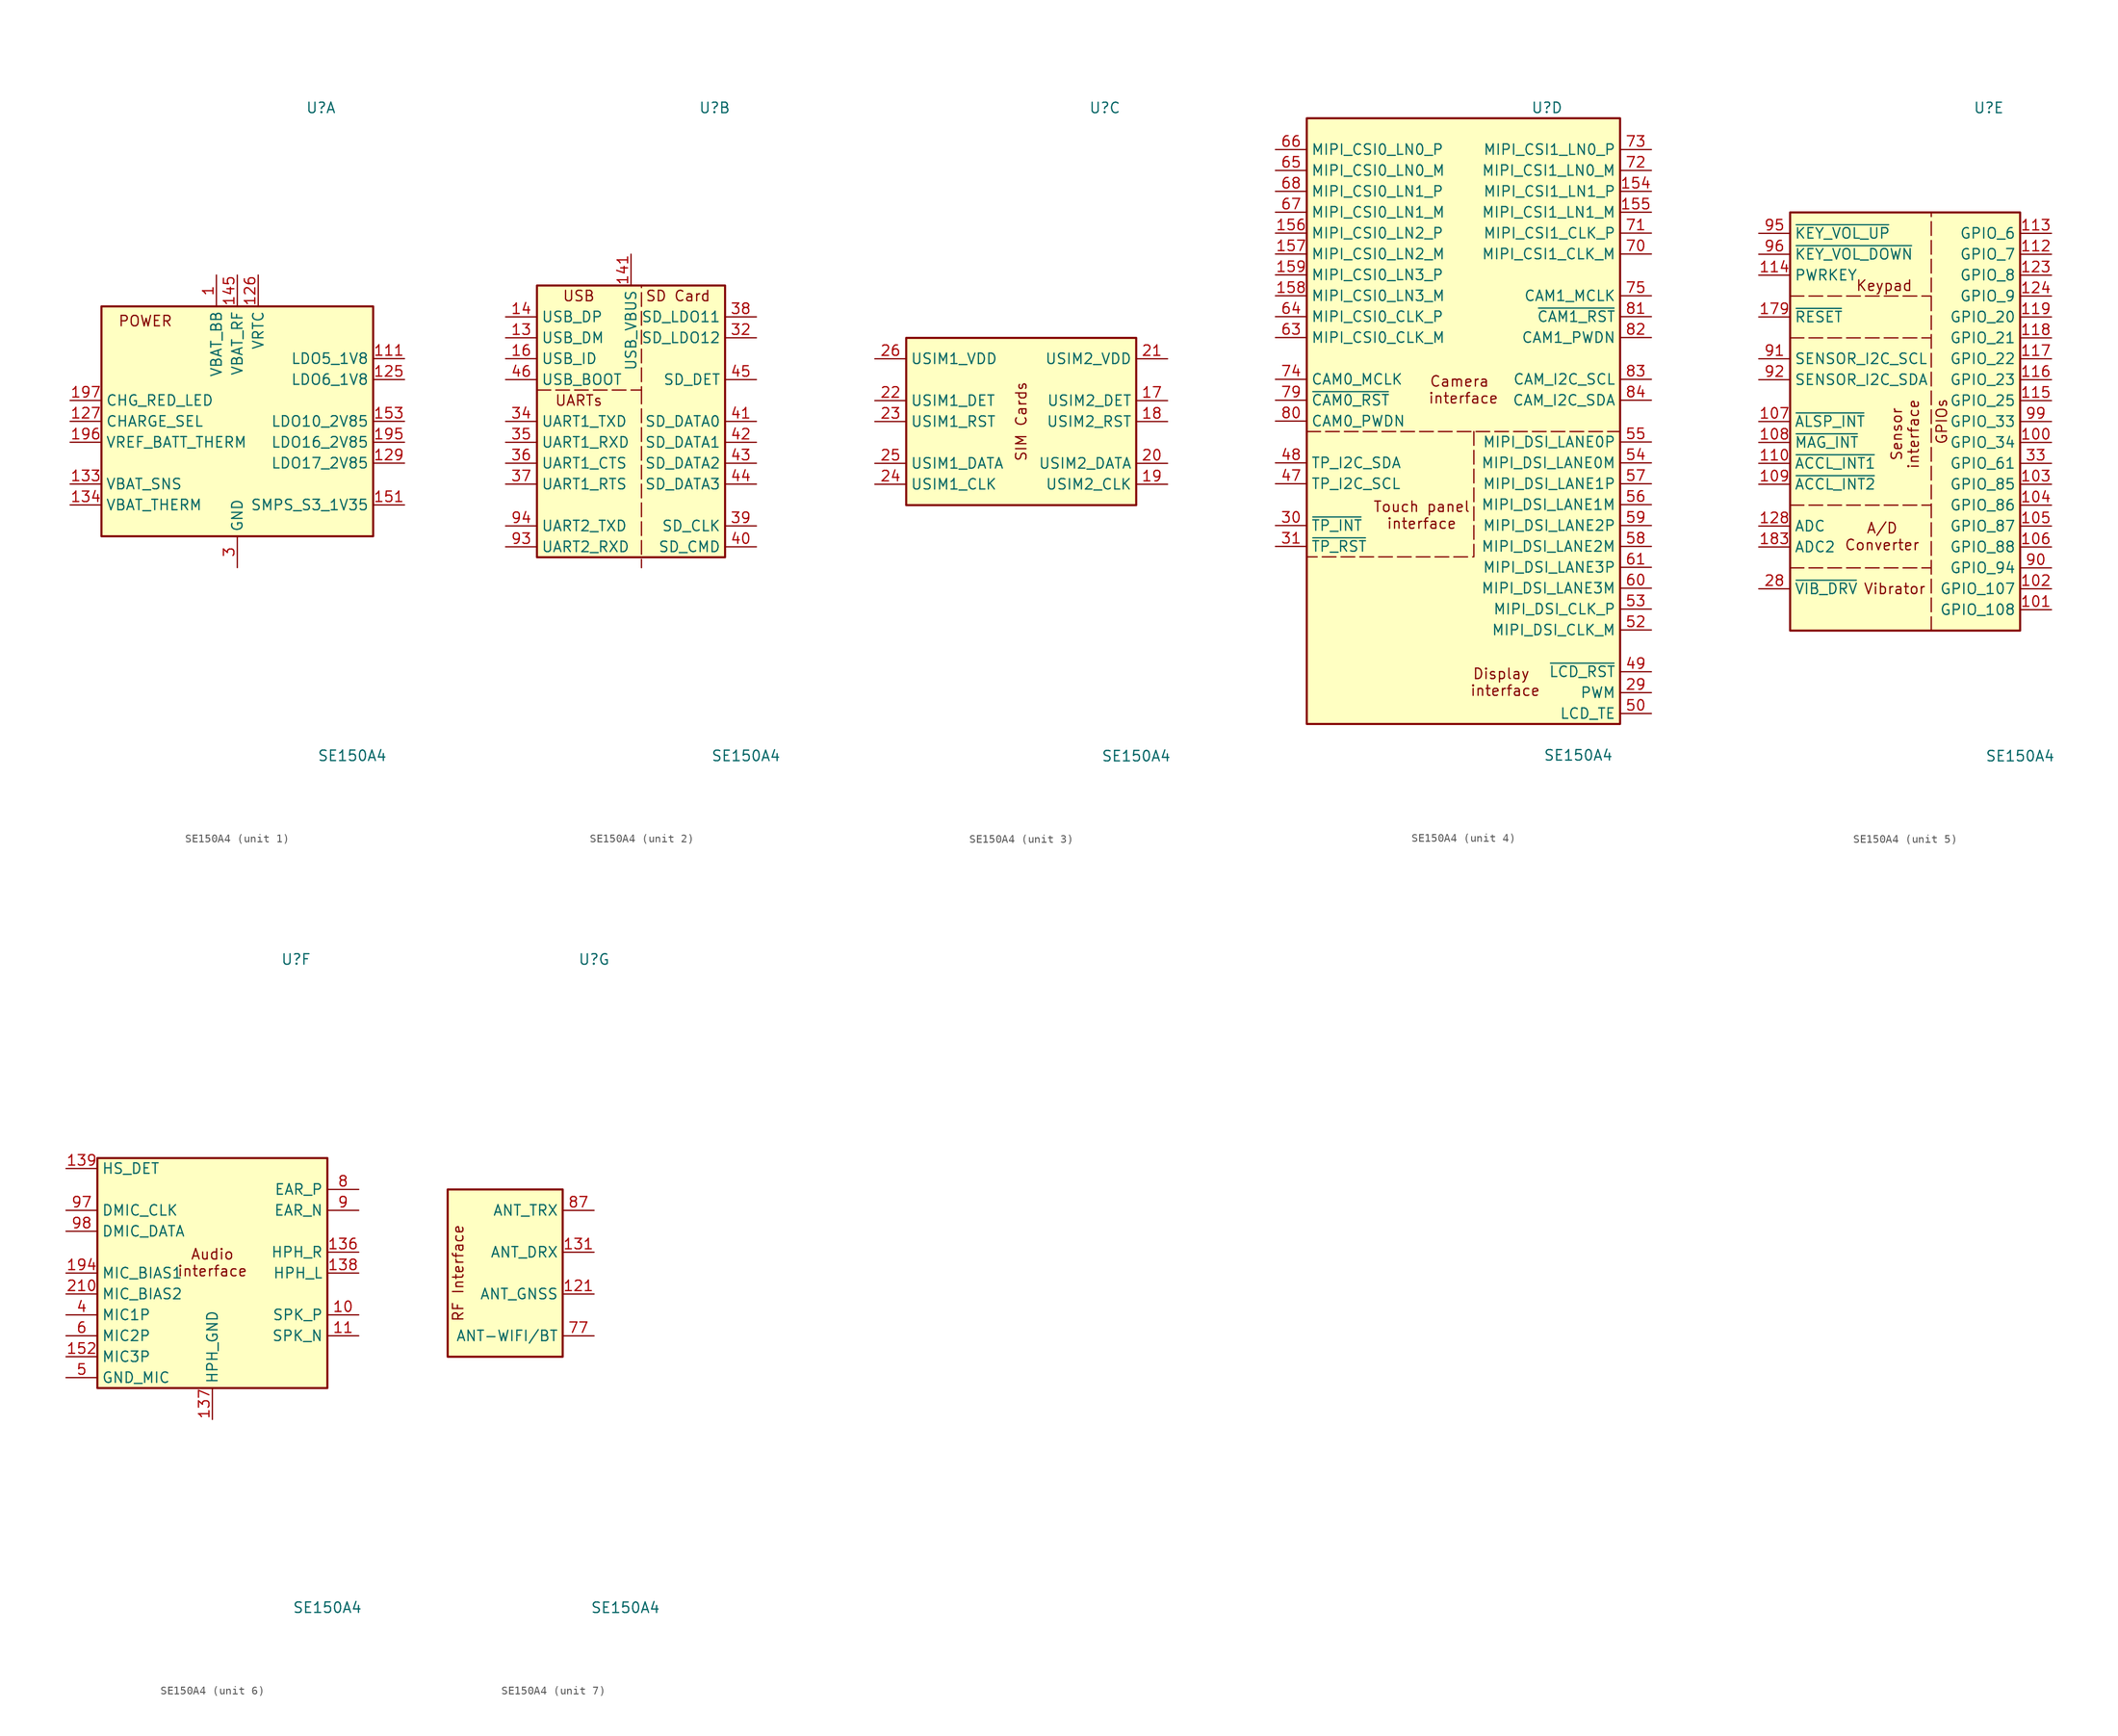
<source format=kicad_sym>
(kicad_symbol_lib
  (version 20241209)
  (generator "kicad_symbol_editor")
  (generator_version "9.0")
  (symbol "SE150A4"
    (property "Reference" "U"
      (at 10.16 38.1 0)
      (effects (font (size 1.27 1.27))))
    (property "Value" "SE150A4"
      (at 13.97 -40.64 0)
      (effects (font (size 1.27 1.27))))
    (property "ki_locked" ""
      (at 0 0 0)
      (effects (font (size 1.27 1.27))))
    (symbol "SE150A4_1_1"
      (rectangle (start -16.51 13.97) (end 16.51 -13.97) (stroke (width 0.254) (type default)) (fill (type background)))
      (text "POWER" (at -11.176 12.192 0) (effects (font (size 1.27 1.27))))
      (pin input line (at -20.32 2.54 0) (length 3.81) (name "CHG_RED_LED" (effects (font (size 1.27 1.27)))) (number "197" (effects (font (size 1.27 1.27)))))
      (pin output line (at -20.32 0 0) (length 3.81) (name "CHARGE_SEL" (effects (font (size 1.27 1.27)))) (number "127" (effects (font (size 1.27 1.27)))))
      (pin bidirectional line (at -20.32 -2.54 0) (length 3.81) (name "VREF_BATT_THERM" (effects (font (size 1.27 1.27)))) (number "196" (effects (font (size 1.27 1.27)))))
      (pin input line (at -20.32 -7.62 0) (length 3.81) (name "VBAT_SNS" (effects (font (size 1.27 1.27)))) (number "133" (effects (font (size 1.27 1.27)))))
      (pin passive line (at -20.32 -10.16 0) (length 3.81) (name "VBAT_THERM" (effects (font (size 1.27 1.27)))) (number "134" (effects (font (size 1.27 1.27)))))
      (pin no_connect line (at -16.51 10.16 0) (length 3.81) (hide yes) (name "RESERVED" (effects (font (size 1.27 1.27)))) (number "187" (effects (font (size 1.27 1.27)))))
      (pin no_connect line (at -16.51 7.62 0) (length 3.81) (hide yes) (name "RESERVED" (effects (font (size 1.27 1.27)))) (number "190" (effects (font (size 1.27 1.27)))))
      (pin no_connect line (at -16.51 5.08 0) (length 3.81) (hide yes) (name "RESERVED" (effects (font (size 1.27 1.27)))) (number "191" (effects (font (size 1.27 1.27)))))
      (pin no_connect line (at -16.51 -5.08 0) (length 3.81) (hide yes) (name "RESERVED" (effects (font (size 1.27 1.27)))) (number "199" (effects (font (size 1.27 1.27)))))
      (pin no_connect line (at -16.51 -12.7 0) (length 3.81) (hide yes) (name "RESERVED" (effects (font (size 1.27 1.27)))) (number "202" (effects (font (size 1.27 1.27)))))
      (pin passive line (at -2.54 17.78 270) (length 3.81) (name "VBAT_BB" (effects (font (size 1.27 1.27)))) (number "1" (effects (font (size 1.27 1.27)))))
      (pin passive line (at -2.54 17.78 270) (length 3.81) (hide yes) (name "VBAT_BB" (effects (font (size 1.27 1.27)))) (number "2" (effects (font (size 1.27 1.27)))))
      (pin power_in line (at 0 17.78 270) (length 3.81) (name "VBAT_RF" (effects (font (size 1.27 1.27)))) (number "145" (effects (font (size 1.27 1.27)))))
      (pin passive line (at 0 17.78 270) (length 3.81) (hide yes) (name "VBAT_RF" (effects (font (size 1.27 1.27)))) (number "146" (effects (font (size 1.27 1.27)))))
      (pin passive line (at 0 -17.78 90) (length 3.81) (hide yes) (name "GND" (effects (font (size 1.27 1.27)))) (number "12" (effects (font (size 1.27 1.27)))))
      (pin passive line (at 0 -17.78 90) (length 3.81) (hide yes) (name "GND" (effects (font (size 1.27 1.27)))) (number "120" (effects (font (size 1.27 1.27)))))
      (pin passive line (at 0 -17.78 90) (length 3.81) (hide yes) (name "GND" (effects (font (size 1.27 1.27)))) (number "122" (effects (font (size 1.27 1.27)))))
      (pin passive line (at 0 -17.78 90) (length 3.81) (hide yes) (name "GND" (effects (font (size 1.27 1.27)))) (number "130" (effects (font (size 1.27 1.27)))))
      (pin passive line (at 0 -17.78 90) (length 3.81) (hide yes) (name "GND" (effects (font (size 1.27 1.27)))) (number "132" (effects (font (size 1.27 1.27)))))
      (pin passive line (at 0 -17.78 90) (length 3.81) (hide yes) (name "GND" (effects (font (size 1.27 1.27)))) (number "135" (effects (font (size 1.27 1.27)))))
      (pin passive line (at 0 -17.78 90) (length 3.81) (hide yes) (name "GND" (effects (font (size 1.27 1.27)))) (number "140" (effects (font (size 1.27 1.27)))))
      (pin passive line (at 0 -17.78 90) (length 3.81) (hide yes) (name "GND" (effects (font (size 1.27 1.27)))) (number "143" (effects (font (size 1.27 1.27)))))
      (pin passive line (at 0 -17.78 90) (length 3.81) (hide yes) (name "GND" (effects (font (size 1.27 1.27)))) (number "144" (effects (font (size 1.27 1.27)))))
      (pin passive line (at 0 -17.78 90) (length 3.81) (hide yes) (name "GND" (effects (font (size 1.27 1.27)))) (number "147" (effects (font (size 1.27 1.27)))))
      (pin passive line (at 0 -17.78 90) (length 3.81) (hide yes) (name "GND" (effects (font (size 1.27 1.27)))) (number "148" (effects (font (size 1.27 1.27)))))
      (pin passive line (at 0 -17.78 90) (length 3.81) (hide yes) (name "GND" (effects (font (size 1.27 1.27)))) (number "149" (effects (font (size 1.27 1.27)))))
      (pin passive line (at 0 -17.78 90) (length 3.81) (hide yes) (name "GND" (effects (font (size 1.27 1.27)))) (number "15" (effects (font (size 1.27 1.27)))))
      (pin passive line (at 0 -17.78 90) (length 3.81) (hide yes) (name "GND" (effects (font (size 1.27 1.27)))) (number "150" (effects (font (size 1.27 1.27)))))
      (pin passive line (at 0 -17.78 90) (length 3.81) (hide yes) (name "GND" (effects (font (size 1.27 1.27)))) (number "160" (effects (font (size 1.27 1.27)))))
      (pin passive line (at 0 -17.78 90) (length 3.81) (hide yes) (name "GND" (effects (font (size 1.27 1.27)))) (number "161" (effects (font (size 1.27 1.27)))))
      (pin passive line (at 0 -17.78 90) (length 3.81) (hide yes) (name "GND" (effects (font (size 1.27 1.27)))) (number "162" (effects (font (size 1.27 1.27)))))
      (pin passive line (at 0 -17.78 90) (length 3.81) (hide yes) (name "GND" (effects (font (size 1.27 1.27)))) (number "163" (effects (font (size 1.27 1.27)))))
      (pin passive line (at 0 -17.78 90) (length 3.81) (hide yes) (name "GND" (effects (font (size 1.27 1.27)))) (number "164" (effects (font (size 1.27 1.27)))))
      (pin passive line (at 0 -17.78 90) (length 3.81) (hide yes) (name "GND" (effects (font (size 1.27 1.27)))) (number "165" (effects (font (size 1.27 1.27)))))
      (pin passive line (at 0 -17.78 90) (length 3.81) (hide yes) (name "GND" (effects (font (size 1.27 1.27)))) (number "166" (effects (font (size 1.27 1.27)))))
      (pin passive line (at 0 -17.78 90) (length 3.81) (hide yes) (name "GND" (effects (font (size 1.27 1.27)))) (number "167" (effects (font (size 1.27 1.27)))))
      (pin passive line (at 0 -17.78 90) (length 3.81) (hide yes) (name "GND" (effects (font (size 1.27 1.27)))) (number "168" (effects (font (size 1.27 1.27)))))
      (pin passive line (at 0 -17.78 90) (length 3.81) (hide yes) (name "GND" (effects (font (size 1.27 1.27)))) (number "169" (effects (font (size 1.27 1.27)))))
      (pin passive line (at 0 -17.78 90) (length 3.81) (hide yes) (name "GND" (effects (font (size 1.27 1.27)))) (number "170" (effects (font (size 1.27 1.27)))))
      (pin passive line (at 0 -17.78 90) (length 3.81) (hide yes) (name "GND" (effects (font (size 1.27 1.27)))) (number "171" (effects (font (size 1.27 1.27)))))
      (pin passive line (at 0 -17.78 90) (length 3.81) (hide yes) (name "GND" (effects (font (size 1.27 1.27)))) (number "172" (effects (font (size 1.27 1.27)))))
      (pin passive line (at 0 -17.78 90) (length 3.81) (hide yes) (name "GND" (effects (font (size 1.27 1.27)))) (number "173" (effects (font (size 1.27 1.27)))))
      (pin passive line (at 0 -17.78 90) (length 3.81) (hide yes) (name "GND" (effects (font (size 1.27 1.27)))) (number "174" (effects (font (size 1.27 1.27)))))
      (pin passive line (at 0 -17.78 90) (length 3.81) (hide yes) (name "GND" (effects (font (size 1.27 1.27)))) (number "175" (effects (font (size 1.27 1.27)))))
      (pin passive line (at 0 -17.78 90) (length 3.81) (hide yes) (name "GND" (effects (font (size 1.27 1.27)))) (number "176" (effects (font (size 1.27 1.27)))))
      (pin passive line (at 0 -17.78 90) (length 3.81) (hide yes) (name "GND" (effects (font (size 1.27 1.27)))) (number "177" (effects (font (size 1.27 1.27)))))
      (pin passive line (at 0 -17.78 90) (length 3.81) (hide yes) (name "GND" (effects (font (size 1.27 1.27)))) (number "178" (effects (font (size 1.27 1.27)))))
      (pin passive line (at 0 -17.78 90) (length 3.81) (hide yes) (name "GND" (effects (font (size 1.27 1.27)))) (number "180" (effects (font (size 1.27 1.27)))))
      (pin passive line (at 0 -17.78 90) (length 3.81) (hide yes) (name "GND" (effects (font (size 1.27 1.27)))) (number "181" (effects (font (size 1.27 1.27)))))
      (pin passive line (at 0 -17.78 90) (length 3.81) (hide yes) (name "GND" (effects (font (size 1.27 1.27)))) (number "182" (effects (font (size 1.27 1.27)))))
      (pin passive line (at 0 -17.78 90) (length 3.81) (hide yes) (name "GND" (effects (font (size 1.27 1.27)))) (number "184" (effects (font (size 1.27 1.27)))))
      (pin passive line (at 0 -17.78 90) (length 3.81) (hide yes) (name "GND" (effects (font (size 1.27 1.27)))) (number "185" (effects (font (size 1.27 1.27)))))
      (pin passive line (at 0 -17.78 90) (length 3.81) (hide yes) (name "GND" (effects (font (size 1.27 1.27)))) (number "186" (effects (font (size 1.27 1.27)))))
      (pin passive line (at 0 -17.78 90) (length 3.81) (hide yes) (name "GND" (effects (font (size 1.27 1.27)))) (number "188" (effects (font (size 1.27 1.27)))))
      (pin passive line (at 0 -17.78 90) (length 3.81) (hide yes) (name "GND" (effects (font (size 1.27 1.27)))) (number "189" (effects (font (size 1.27 1.27)))))
      (pin passive line (at 0 -17.78 90) (length 3.81) (hide yes) (name "GND" (effects (font (size 1.27 1.27)))) (number "192" (effects (font (size 1.27 1.27)))))
      (pin passive line (at 0 -17.78 90) (length 3.81) (hide yes) (name "GND" (effects (font (size 1.27 1.27)))) (number "193" (effects (font (size 1.27 1.27)))))
      (pin passive line (at 0 -17.78 90) (length 3.81) (hide yes) (name "GND" (effects (font (size 1.27 1.27)))) (number "198" (effects (font (size 1.27 1.27)))))
      (pin passive line (at 0 -17.78 90) (length 3.81) (hide yes) (name "GND" (effects (font (size 1.27 1.27)))) (number "200" (effects (font (size 1.27 1.27)))))
      (pin passive line (at 0 -17.78 90) (length 3.81) (hide yes) (name "GND" (effects (font (size 1.27 1.27)))) (number "201" (effects (font (size 1.27 1.27)))))
      (pin passive line (at 0 -17.78 90) (length 3.81) (hide yes) (name "GND" (effects (font (size 1.27 1.27)))) (number "208" (effects (font (size 1.27 1.27)))))
      (pin passive line (at 0 -17.78 90) (length 3.81) (hide yes) (name "GND" (effects (font (size 1.27 1.27)))) (number "209" (effects (font (size 1.27 1.27)))))
      (pin passive line (at 0 -17.78 90) (length 3.81) (hide yes) (name "GND" (effects (font (size 1.27 1.27)))) (number "27" (effects (font (size 1.27 1.27)))))
      (pin power_in line (at 0 -17.78 90) (length 3.81) (name "GND" (effects (font (size 1.27 1.27)))) (number "3" (effects (font (size 1.27 1.27)))))
      (pin passive line (at 0 -17.78 90) (length 3.81) (hide yes) (name "GND" (effects (font (size 1.27 1.27)))) (number "51" (effects (font (size 1.27 1.27)))))
      (pin passive line (at 0 -17.78 90) (length 3.81) (hide yes) (name "GND" (effects (font (size 1.27 1.27)))) (number "62" (effects (font (size 1.27 1.27)))))
      (pin passive line (at 0 -17.78 90) (length 3.81) (hide yes) (name "GND" (effects (font (size 1.27 1.27)))) (number "69" (effects (font (size 1.27 1.27)))))
      (pin passive line (at 0 -17.78 90) (length 3.81) (hide yes) (name "GND" (effects (font (size 1.27 1.27)))) (number "7" (effects (font (size 1.27 1.27)))))
      (pin passive line (at 0 -17.78 90) (length 3.81) (hide yes) (name "GND" (effects (font (size 1.27 1.27)))) (number "76" (effects (font (size 1.27 1.27)))))
      (pin passive line (at 0 -17.78 90) (length 3.81) (hide yes) (name "GND" (effects (font (size 1.27 1.27)))) (number "78" (effects (font (size 1.27 1.27)))))
      (pin passive line (at 0 -17.78 90) (length 3.81) (hide yes) (name "GND" (effects (font (size 1.27 1.27)))) (number "85" (effects (font (size 1.27 1.27)))))
      (pin passive line (at 0 -17.78 90) (length 3.81) (hide yes) (name "GND" (effects (font (size 1.27 1.27)))) (number "86" (effects (font (size 1.27 1.27)))))
      (pin passive line (at 0 -17.78 90) (length 3.81) (hide yes) (name "GND" (effects (font (size 1.27 1.27)))) (number "88" (effects (font (size 1.27 1.27)))))
      (pin passive line (at 0 -17.78 90) (length 3.81) (hide yes) (name "GND" (effects (font (size 1.27 1.27)))) (number "89" (effects (font (size 1.27 1.27)))))
      (pin passive line (at 2.54 17.78 270) (length 3.81) (name "VRTC" (effects (font (size 1.27 1.27)))) (number "126" (effects (font (size 1.27 1.27)))))
      (pin no_connect line (at 5.08 13.97 270) (length 3.81) (hide yes) (name "RESERVED" (effects (font (size 1.27 1.27)))) (number "207" (effects (font (size 1.27 1.27)))))
      (pin no_connect line (at 16.51 10.16 180) (length 3.81) (hide yes) (name "RESERVED" (effects (font (size 1.27 1.27)))) (number "206" (effects (font (size 1.27 1.27)))))
      (pin no_connect line (at 16.51 2.54 180) (length 3.81) (hide yes) (name "RESERVED" (effects (font (size 1.27 1.27)))) (number "205" (effects (font (size 1.27 1.27)))))
      (pin no_connect line (at 16.51 -7.62 180) (length 3.81) (hide yes) (name "RESERVED" (effects (font (size 1.27 1.27)))) (number "204" (effects (font (size 1.27 1.27)))))
      (pin no_connect line (at 16.51 -12.7 180) (length 3.81) (hide yes) (name "RESERVED" (effects (font (size 1.27 1.27)))) (number "203" (effects (font (size 1.27 1.27)))))
      (pin power_out line (at 20.32 7.62 180) (length 3.81) (name "LDO5_1V8" (effects (font (size 1.27 1.27)))) (number "111" (effects (font (size 1.27 1.27)))))
      (pin power_out line (at 20.32 5.08 180) (length 3.81) (name "LDO6_1V8" (effects (font (size 1.27 1.27)))) (number "125" (effects (font (size 1.27 1.27)))))
      (pin power_out line (at 20.32 0 180) (length 3.81) (name "LDO10_2V85" (effects (font (size 1.27 1.27)))) (number "153" (effects (font (size 1.27 1.27)))))
      (pin power_out line (at 20.32 -2.54 180) (length 3.81) (name "LDO16_2V85" (effects (font (size 1.27 1.27)))) (number "195" (effects (font (size 1.27 1.27)))))
      (pin power_out line (at 20.32 -5.08 180) (length 3.81) (name "LDO17_2V85" (effects (font (size 1.27 1.27)))) (number "129" (effects (font (size 1.27 1.27)))))
      (pin power_out line (at 20.32 -10.16 180) (length 3.81) (name "SMPS_S3_1V35" (effects (font (size 1.27 1.27)))) (number "151" (effects (font (size 1.27 1.27))))))
    (symbol "SE150A4_2_1"
      (rectangle (start -11.43 16.51) (end 11.43 -16.51) (stroke (width 0.254) (type default)) (fill (type background)))
      (polyline (pts (xy -11.43 3.81) (xy 1.27 3.81) (xy 1.27 16.51)) (stroke (width 0) (type dash)) (fill (type none)))
      (polyline (pts (xy 1.27 3.81) (xy 1.27 -17.78)) (stroke (width 0) (type dash)) (fill (type none)))
      (text "USB" (at -6.35 15.24 0) (effects (font (size 1.27 1.27))))
      (text "UARTs" (at -6.35 2.54 0) (effects (font (size 1.27 1.27))))
      (text "SD Card" (at 5.715 15.24 0) (effects (font (size 1.27 1.27))))
      (pin bidirectional line (at -15.24 12.7 0) (length 3.81) (name "USB_DP" (effects (font (size 1.27 1.27)))) (number "14" (effects (font (size 1.27 1.27)))))
      (pin bidirectional line (at -15.24 10.16 0) (length 3.81) (name "USB_DM" (effects (font (size 1.27 1.27)))) (number "13" (effects (font (size 1.27 1.27)))))
      (pin input line (at -15.24 7.62 0) (length 3.81) (name "USB_ID" (effects (font (size 1.27 1.27)))) (number "16" (effects (font (size 1.27 1.27)))))
      (pin input line (at -15.24 5.08 0) (length 3.81) (name "USB_BOOT" (effects (font (size 1.27 1.27)))) (number "46" (effects (font (size 1.27 1.27)))))
      (pin output line (at -15.24 0 0) (length 3.81) (name "UART1_TXD" (effects (font (size 1.27 1.27)))) (number "34" (effects (font (size 1.27 1.27)))))
      (pin input line (at -15.24 -2.54 0) (length 3.81) (name "UART1_RXD" (effects (font (size 1.27 1.27)))) (number "35" (effects (font (size 1.27 1.27)))))
      (pin input line (at -15.24 -5.08 0) (length 3.81) (name "UART1_CTS" (effects (font (size 1.27 1.27)))) (number "36" (effects (font (size 1.27 1.27)))))
      (pin output line (at -15.24 -7.62 0) (length 3.81) (name "UART1_RTS" (effects (font (size 1.27 1.27)))) (number "37" (effects (font (size 1.27 1.27)))))
      (pin output line (at -15.24 -12.7 0) (length 3.81) (name "UART2_TXD" (effects (font (size 1.27 1.27)))) (number "94" (effects (font (size 1.27 1.27)))))
      (pin input line (at -15.24 -15.24 0) (length 3.81) (name "UART2_RXD" (effects (font (size 1.27 1.27)))) (number "93" (effects (font (size 1.27 1.27)))))
      (pin power_in line (at 0 20.32 270) (length 3.81) (name "USB_VBUS" (effects (font (size 1.27 1.27)))) (number "141" (effects (font (size 1.27 1.27)))))
      (pin passive line (at 0 20.32 270) (length 3.81) (hide yes) (name "USB_VBUS" (effects (font (size 1.27 1.27)))) (number "142" (effects (font (size 1.27 1.27)))))
      (pin power_out line (at 15.24 12.7 180) (length 3.81) (name "SD_LDO11" (effects (font (size 1.27 1.27)))) (number "38" (effects (font (size 1.27 1.27)))))
      (pin power_out line (at 15.24 10.16 180) (length 3.81) (name "SD_LDO12" (effects (font (size 1.27 1.27)))) (number "32" (effects (font (size 1.27 1.27)))))
      (pin input line (at 15.24 5.08 180) (length 3.81) (name "SD_DET" (effects (font (size 1.27 1.27)))) (number "45" (effects (font (size 1.27 1.27)))) (alternate "GPIO_67" input line))
      (pin bidirectional line (at 15.24 0 180) (length 3.81) (name "SD_DATA0" (effects (font (size 1.27 1.27)))) (number "41" (effects (font (size 1.27 1.27)))))
      (pin bidirectional line (at 15.24 -2.54 180) (length 3.81) (name "SD_DATA1" (effects (font (size 1.27 1.27)))) (number "42" (effects (font (size 1.27 1.27)))))
      (pin bidirectional line (at 15.24 -5.08 180) (length 3.81) (name "SD_DATA2" (effects (font (size 1.27 1.27)))) (number "43" (effects (font (size 1.27 1.27)))))
      (pin bidirectional line (at 15.24 -7.62 180) (length 3.81) (name "SD_DATA3" (effects (font (size 1.27 1.27)))) (number "44" (effects (font (size 1.27 1.27)))))
      (pin output line (at 15.24 -12.7 180) (length 3.81) (name "SD_CLK" (effects (font (size 1.27 1.27)))) (number "39" (effects (font (size 1.27 1.27)))))
      (pin output line (at 15.24 -15.24 180) (length 3.81) (name "SD_CMD" (effects (font (size 1.27 1.27)))) (number "40" (effects (font (size 1.27 1.27))))))
    (symbol "SE150A4_3_1"
      (rectangle (start -13.97 10.16) (end 13.97 -10.16) (stroke (width 0.254) (type default)) (fill (type background)))
      (text "SIM Cards" (at 0 0 900) (effects (font (size 1.27 1.27))))
      (pin power_out line (at -17.78 7.62 0) (length 3.81) (name "USIM1_VDD" (effects (font (size 1.27 1.27)))) (number "26" (effects (font (size 1.27 1.27)))))
      (pin input line (at -17.78 2.54 0) (length 3.81) (name "USIM1_DET" (effects (font (size 1.27 1.27)))) (number "22" (effects (font (size 1.27 1.27)))))
      (pin output line (at -17.78 0 0) (length 3.81) (name "USIM1_RST" (effects (font (size 1.27 1.27)))) (number "23" (effects (font (size 1.27 1.27)))))
      (pin bidirectional line (at -17.78 -5.08 0) (length 3.81) (name "USIM1_DATA" (effects (font (size 1.27 1.27)))) (number "25" (effects (font (size 1.27 1.27)))))
      (pin output line (at -17.78 -7.62 0) (length 3.81) (name "USIM1_CLK" (effects (font (size 1.27 1.27)))) (number "24" (effects (font (size 1.27 1.27)))))
      (pin power_out line (at 17.78 7.62 180) (length 3.81) (name "USIM2_VDD" (effects (font (size 1.27 1.27)))) (number "21" (effects (font (size 1.27 1.27)))))
      (pin input line (at 17.78 2.54 180) (length 3.81) (name "USIM2_DET" (effects (font (size 1.27 1.27)))) (number "17" (effects (font (size 1.27 1.27)))))
      (pin output line (at 17.78 0 180) (length 3.81) (name "USIM2_RST" (effects (font (size 1.27 1.27)))) (number "18" (effects (font (size 1.27 1.27)))))
      (pin bidirectional line (at 17.78 -5.08 180) (length 3.81) (name "USIM2_DATA" (effects (font (size 1.27 1.27)))) (number "20" (effects (font (size 1.27 1.27)))))
      (pin output line (at 17.78 -7.62 180) (length 3.81) (name "USIM2_CLK" (effects (font (size 1.27 1.27)))) (number "19" (effects (font (size 1.27 1.27))))))
    (symbol "SE150A4_4_1"
      (rectangle (start -19.05 36.83) (end 19.05 -36.83) (stroke (width 0.254) (type default)) (fill (type background)))
      (polyline (pts (xy -19.05 -1.27) (xy 19.05 -1.27)) (stroke (width 0) (type dash)) (fill (type none)))
      (polyline (pts (xy 1.27 -1.27) (xy 1.27 -16.51) (xy -19.05 -16.51)) (stroke (width 0) (type dash)) (fill (type none)))
      (text "Touch panel\ninterface" (at -5.08 -11.43 0) (effects (font (size 1.27 1.27))))
      (text "Camera \ninterface" (at 0 3.81 0) (effects (font (size 1.27 1.27))))
      (text "Display \ninterface" (at 5.08 -31.75 0) (effects (font (size 1.27 1.27))))
      (pin input line (at -22.86 33.02 0) (length 3.81) (name "MIPI_CSI0_LN0_P" (effects (font (size 1.27 1.27)))) (number "66" (effects (font (size 1.27 1.27)))))
      (pin input line (at -22.86 30.48 0) (length 3.81) (name "MIPI_CSI0_LN0_M" (effects (font (size 1.27 1.27)))) (number "65" (effects (font (size 1.27 1.27)))))
      (pin input line (at -22.86 27.94 0) (length 3.81) (name "MIPI_CSI0_LN1_P" (effects (font (size 1.27 1.27)))) (number "68" (effects (font (size 1.27 1.27)))))
      (pin input line (at -22.86 25.4 0) (length 3.81) (name "MIPI_CSI0_LN1_M" (effects (font (size 1.27 1.27)))) (number "67" (effects (font (size 1.27 1.27)))))
      (pin input line (at -22.86 22.86 0) (length 3.81) (name "MIPI_CSI0_LN2_P" (effects (font (size 1.27 1.27)))) (number "156" (effects (font (size 1.27 1.27)))))
      (pin input line (at -22.86 20.32 0) (length 3.81) (name "MIPI_CSI0_LN2_M" (effects (font (size 1.27 1.27)))) (number "157" (effects (font (size 1.27 1.27)))))
      (pin input line (at -22.86 17.78 0) (length 3.81) (name "MIPI_CSI0_LN3_P" (effects (font (size 1.27 1.27)))) (number "159" (effects (font (size 1.27 1.27)))))
      (pin input line (at -22.86 15.24 0) (length 3.81) (name "MIPI_CSI0_LN3_M" (effects (font (size 1.27 1.27)))) (number "158" (effects (font (size 1.27 1.27)))))
      (pin output line (at -22.86 12.7 0) (length 3.81) (name "MIPI_CSI0_CLK_P" (effects (font (size 1.27 1.27)))) (number "64" (effects (font (size 1.27 1.27)))))
      (pin output line (at -22.86 10.16 0) (length 3.81) (name "MIPI_CSI0_CLK_M" (effects (font (size 1.27 1.27)))) (number "63" (effects (font (size 1.27 1.27)))))
      (pin output line (at -22.86 5.08 0) (length 3.81) (name "CAM0_MCLK" (effects (font (size 1.27 1.27)))) (number "74" (effects (font (size 1.27 1.27)))))
      (pin output line (at -22.86 2.54 0) (length 3.81) (name "~{CAM0_RST}" (effects (font (size 1.27 1.27)))) (number "79" (effects (font (size 1.27 1.27)))))
      (pin output line (at -22.86 0 0) (length 3.81) (name "CAM0_PWDN" (effects (font (size 1.27 1.27)))) (number "80" (effects (font (size 1.27 1.27)))))
      (pin bidirectional line (at -22.86 -5.08 0) (length 3.81) (name "TP_I2C_SDA" (effects (font (size 1.27 1.27)))) (number "48" (effects (font (size 1.27 1.27)))))
      (pin output line (at -22.86 -7.62 0) (length 3.81) (name "TP_I2C_SCL" (effects (font (size 1.27 1.27)))) (number "47" (effects (font (size 1.27 1.27)))))
      (pin input line (at -22.86 -12.7 0) (length 3.81) (name "~{TP_INT}" (effects (font (size 1.27 1.27)))) (number "30" (effects (font (size 1.27 1.27)))))
      (pin output line (at -22.86 -15.24 0) (length 3.81) (name "~{TP_RST}" (effects (font (size 1.27 1.27)))) (number "31" (effects (font (size 1.27 1.27)))))
      (pin input line (at 22.86 33.02 180) (length 3.81) (name "MIPI_CSI1_LN0_P" (effects (font (size 1.27 1.27)))) (number "73" (effects (font (size 1.27 1.27)))))
      (pin input line (at 22.86 30.48 180) (length 3.81) (name "MIPI_CSI1_LN0_M" (effects (font (size 1.27 1.27)))) (number "72" (effects (font (size 1.27 1.27)))))
      (pin input line (at 22.86 27.94 180) (length 3.81) (name "MIPI_CSI1_LN1_P" (effects (font (size 1.27 1.27)))) (number "154" (effects (font (size 1.27 1.27)))))
      (pin input line (at 22.86 25.4 180) (length 3.81) (name "MIPI_CSI1_LN1_M" (effects (font (size 1.27 1.27)))) (number "155" (effects (font (size 1.27 1.27)))))
      (pin output line (at 22.86 22.86 180) (length 3.81) (name "MIPI_CSI1_CLK_P" (effects (font (size 1.27 1.27)))) (number "71" (effects (font (size 1.27 1.27)))))
      (pin output line (at 22.86 20.32 180) (length 3.81) (name "MIPI_CSI1_CLK_M" (effects (font (size 1.27 1.27)))) (number "70" (effects (font (size 1.27 1.27)))))
      (pin output line (at 22.86 15.24 180) (length 3.81) (name "CAM1_MCLK" (effects (font (size 1.27 1.27)))) (number "75" (effects (font (size 1.27 1.27)))))
      (pin output line (at 22.86 12.7 180) (length 3.81) (name "~{CAM1_RST}" (effects (font (size 1.27 1.27)))) (number "81" (effects (font (size 1.27 1.27)))))
      (pin output line (at 22.86 10.16 180) (length 3.81) (name "CAM1_PWDN" (effects (font (size 1.27 1.27)))) (number "82" (effects (font (size 1.27 1.27)))))
      (pin output line (at 22.86 5.08 180) (length 3.81) (name "CAM_I2C_SCL" (effects (font (size 1.27 1.27)))) (number "83" (effects (font (size 1.27 1.27)))))
      (pin bidirectional line (at 22.86 2.54 180) (length 3.81) (name "CAM_I2C_SDA" (effects (font (size 1.27 1.27)))) (number "84" (effects (font (size 1.27 1.27)))))
      (pin output line (at 22.86 -2.54 180) (length 3.81) (name "MIPI_DSI_LANE0P" (effects (font (size 1.27 1.27)))) (number "55" (effects (font (size 1.27 1.27)))))
      (pin output line (at 22.86 -5.08 180) (length 3.81) (name "MIPI_DSI_LANE0M" (effects (font (size 1.27 1.27)))) (number "54" (effects (font (size 1.27 1.27)))))
      (pin output line (at 22.86 -7.62 180) (length 3.81) (name "MIPI_DSI_LANE1P" (effects (font (size 1.27 1.27)))) (number "57" (effects (font (size 1.27 1.27)))))
      (pin output line (at 22.86 -10.16 180) (length 3.81) (name "MIPI_DSI_LANE1M" (effects (font (size 1.27 1.27)))) (number "56" (effects (font (size 1.27 1.27)))))
      (pin output line (at 22.86 -12.7 180) (length 3.81) (name "MIPI_DSI_LANE2P" (effects (font (size 1.27 1.27)))) (number "59" (effects (font (size 1.27 1.27)))))
      (pin output line (at 22.86 -15.24 180) (length 3.81) (name "MIPI_DSI_LANE2M" (effects (font (size 1.27 1.27)))) (number "58" (effects (font (size 1.27 1.27)))))
      (pin output line (at 22.86 -17.78 180) (length 3.81) (name "MIPI_DSI_LANE3P" (effects (font (size 1.27 1.27)))) (number "61" (effects (font (size 1.27 1.27)))))
      (pin output line (at 22.86 -20.32 180) (length 3.81) (name "MIPI_DSI_LANE3M" (effects (font (size 1.27 1.27)))) (number "60" (effects (font (size 1.27 1.27)))))
      (pin output line (at 22.86 -22.86 180) (length 3.81) (name "MIPI_DSI_CLK_P" (effects (font (size 1.27 1.27)))) (number "53" (effects (font (size 1.27 1.27)))))
      (pin output line (at 22.86 -25.4 180) (length 3.81) (name "MIPI_DSI_CLK_M" (effects (font (size 1.27 1.27)))) (number "52" (effects (font (size 1.27 1.27)))))
      (pin output line (at 22.86 -30.48 180) (length 3.81) (name "~{LCD_RST}" (effects (font (size 1.27 1.27)))) (number "49" (effects (font (size 1.27 1.27)))))
      (pin output line (at 22.86 -33.02 180) (length 3.81) (name "PWM" (effects (font (size 1.27 1.27)))) (number "29" (effects (font (size 1.27 1.27)))))
      (pin input line (at 22.86 -35.56 180) (length 3.81) (name "LCD_TE" (effects (font (size 1.27 1.27)))) (number "50" (effects (font (size 1.27 1.27))))))
    (symbol "SE150A4_5_1"
      (rectangle (start -13.97 25.4) (end 13.97 -25.4) (stroke (width 0.254) (type default)) (fill (type background)))
      (polyline (pts (xy -13.97 15.24) (xy 3.175 15.24)) (stroke (width 0) (type dash)) (fill (type none)))
      (polyline (pts (xy -13.97 10.16) (xy 3.175 10.16)) (stroke (width 0) (type dash)) (fill (type none)))
      (polyline (pts (xy -13.97 -10.16) (xy 3.175 -10.16)) (stroke (width 0) (type dash)) (fill (type none)))
      (polyline (pts (xy -13.97 -17.78) (xy 3.175 -17.78)) (stroke (width 0) (type dash)) (fill (type none)))
      (polyline (pts (xy 3.175 -25.4) (xy 3.175 25.4)) (stroke (width 0) (type dash)) (fill (type none)))
      (text "A/D\nConverter" (at -2.794 -13.97 0) (effects (font (size 1.27 1.27))))
      (text "Keypad" (at -2.54 16.51 0) (effects (font (size 1.27 1.27))))
      (text "Vibrator" (at -1.27 -20.32 0) (effects (font (size 1.27 1.27))))
      (text "Sensor\ninterface" (at 0 -1.524 900) (effects (font (size 1.27 1.27))))
      (text "GPIOs" (at 4.445 0 900) (effects (font (size 1.27 1.27))))
      (pin input line (at -17.78 22.86 0) (length 3.81) (name "~{KEY_VOL_UP}" (effects (font (size 1.27 1.27)))) (number "95" (effects (font (size 1.27 1.27)))))
      (pin input line (at -17.78 20.32 0) (length 3.81) (name "~{KEY_VOL_DOWN}" (effects (font (size 1.27 1.27)))) (number "96" (effects (font (size 1.27 1.27)))))
      (pin input line (at -17.78 17.78 0) (length 3.81) (name "PWRKEY" (effects (font (size 1.27 1.27)))) (number "114" (effects (font (size 1.27 1.27)))))
      (pin input line (at -17.78 12.7 0) (length 3.81) (name "~{RESET}" (effects (font (size 1.27 1.27)))) (number "179" (effects (font (size 1.27 1.27)))))
      (pin output line (at -17.78 7.62 0) (length 3.81) (name "SENSOR_I2C_SCL" (effects (font (size 1.27 1.27)))) (number "91" (effects (font (size 1.27 1.27)))))
      (pin bidirectional line (at -17.78 5.08 0) (length 3.81) (name "SENSOR_I2C_SDA" (effects (font (size 1.27 1.27)))) (number "92" (effects (font (size 1.27 1.27)))))
      (pin input line (at -17.78 0 0) (length 3.81) (name "~{ALSP_INT}" (effects (font (size 1.27 1.27)))) (number "107" (effects (font (size 1.27 1.27)))) (alternate "GPIO_43" input line))
      (pin input line (at -17.78 -2.54 0) (length 3.81) (name "~{MAG_INT}" (effects (font (size 1.27 1.27)))) (number "108" (effects (font (size 1.27 1.27)))) (alternate "GPIO_44" input line))
      (pin input line (at -17.78 -5.08 0) (length 3.81) (name "~{ACCL_INT1}" (effects (font (size 1.27 1.27)))) (number "110" (effects (font (size 1.27 1.27)))) (alternate "GPIO_42" input line))
      (pin input line (at -17.78 -7.62 0) (length 3.81) (name "~{ACCL_INT2}" (effects (font (size 1.27 1.27)))) (number "109" (effects (font (size 1.27 1.27)))) (alternate "GPIO_46" input line))
      (pin input line (at -17.78 -12.7 0) (length 3.81) (name "ADC" (effects (font (size 1.27 1.27)))) (number "128" (effects (font (size 1.27 1.27)))))
      (pin input line (at -17.78 -15.24 0) (length 3.81) (name "ADC2" (effects (font (size 1.27 1.27)))) (number "183" (effects (font (size 1.27 1.27)))))
      (pin output line (at -17.78 -20.32 0) (length 3.81) (name "~{VIB_DRV}" (effects (font (size 1.27 1.27)))) (number "28" (effects (font (size 1.27 1.27)))))
      (pin bidirectional line (at 17.78 22.86 180) (length 3.81) (name "GPIO_6" (effects (font (size 1.27 1.27)))) (number "113" (effects (font (size 1.27 1.27)))))
      (pin bidirectional line (at 17.78 20.32 180) (length 3.81) (name "GPIO_7" (effects (font (size 1.27 1.27)))) (number "112" (effects (font (size 1.27 1.27)))))
      (pin bidirectional line (at 17.78 17.78 180) (length 3.81) (name "GPIO_8" (effects (font (size 1.27 1.27)))) (number "123" (effects (font (size 1.27 1.27)))))
      (pin bidirectional line (at 17.78 15.24 180) (length 3.81) (name "GPIO_9" (effects (font (size 1.27 1.27)))) (number "124" (effects (font (size 1.27 1.27)))))
      (pin bidirectional line (at 17.78 12.7 180) (length 3.81) (name "GPIO_20" (effects (font (size 1.27 1.27)))) (number "119" (effects (font (size 1.27 1.27)))))
      (pin bidirectional line (at 17.78 10.16 180) (length 3.81) (name "GPIO_21" (effects (font (size 1.27 1.27)))) (number "118" (effects (font (size 1.27 1.27)))))
      (pin bidirectional line (at 17.78 7.62 180) (length 3.81) (name "GPIO_22" (effects (font (size 1.27 1.27)))) (number "117" (effects (font (size 1.27 1.27)))))
      (pin bidirectional line (at 17.78 5.08 180) (length 3.81) (name "GPIO_23" (effects (font (size 1.27 1.27)))) (number "116" (effects (font (size 1.27 1.27)))))
      (pin bidirectional line (at 17.78 2.54 180) (length 3.81) (name "GPIO_25" (effects (font (size 1.27 1.27)))) (number "115" (effects (font (size 1.27 1.27)))))
      (pin bidirectional line (at 17.78 0 180) (length 3.81) (name "GPIO_33" (effects (font (size 1.27 1.27)))) (number "99" (effects (font (size 1.27 1.27)))))
      (pin bidirectional line (at 17.78 -2.54 180) (length 3.81) (name "GPIO_34" (effects (font (size 1.27 1.27)))) (number "100" (effects (font (size 1.27 1.27)))))
      (pin bidirectional line (at 17.78 -5.08 180) (length 3.81) (name "GPIO_61" (effects (font (size 1.27 1.27)))) (number "33" (effects (font (size 1.27 1.27)))))
      (pin bidirectional line (at 17.78 -7.62 180) (length 3.81) (name "GPIO_85" (effects (font (size 1.27 1.27)))) (number "103" (effects (font (size 1.27 1.27)))))
      (pin bidirectional line (at 17.78 -10.16 180) (length 3.81) (name "GPIO_86" (effects (font (size 1.27 1.27)))) (number "104" (effects (font (size 1.27 1.27)))))
      (pin bidirectional line (at 17.78 -12.7 180) (length 3.81) (name "GPIO_87" (effects (font (size 1.27 1.27)))) (number "105" (effects (font (size 1.27 1.27)))))
      (pin bidirectional line (at 17.78 -15.24 180) (length 3.81) (name "GPIO_88" (effects (font (size 1.27 1.27)))) (number "106" (effects (font (size 1.27 1.27)))))
      (pin bidirectional line (at 17.78 -17.78 180) (length 3.81) (name "GPIO_94" (effects (font (size 1.27 1.27)))) (number "90" (effects (font (size 1.27 1.27)))))
      (pin bidirectional line (at 17.78 -20.32 180) (length 3.81) (name "GPIO_107" (effects (font (size 1.27 1.27)))) (number "102" (effects (font (size 1.27 1.27)))))
      (pin bidirectional line (at 17.78 -22.86 180) (length 3.81) (name "GPIO_108" (effects (font (size 1.27 1.27)))) (number "101" (effects (font (size 1.27 1.27))))))
    (symbol "SE150A4_6_1"
      (rectangle (start -13.97 13.97) (end 13.97 -13.97) (stroke (width 0.254) (type default)) (fill (type background)))
      (text "Audio\ninterface" (at 0 1.27 0) (effects (font (size 1.27 1.27))))
      (pin input line (at -17.78 12.7 0) (length 3.81) (name "HS_DET" (effects (font (size 1.27 1.27)))) (number "139" (effects (font (size 1.27 1.27)))))
      (pin output line (at -17.78 7.62 0) (length 3.81) (name "DMIC_CLK" (effects (font (size 1.27 1.27)))) (number "97" (effects (font (size 1.27 1.27)))) (alternate "GPIO_89" output line))
      (pin bidirectional line (at -17.78 5.08 0) (length 3.81) (name "DMIC_DATA" (effects (font (size 1.27 1.27)))) (number "98" (effects (font (size 1.27 1.27)))) (alternate "GPIO_90" bidirectional line))
      (pin output line (at -17.78 0 0) (length 3.81) (name "MIC_BIAS1" (effects (font (size 1.27 1.27)))) (number "194" (effects (font (size 1.27 1.27)))))
      (pin output line (at -17.78 -2.54 0) (length 3.81) (name "MIC_BIAS2" (effects (font (size 1.27 1.27)))) (number "210" (effects (font (size 1.27 1.27)))))
      (pin input line (at -17.78 -5.08 0) (length 3.81) (name "MIC1P" (effects (font (size 1.27 1.27)))) (number "4" (effects (font (size 1.27 1.27)))))
      (pin input line (at -17.78 -7.62 0) (length 3.81) (name "MIC2P" (effects (font (size 1.27 1.27)))) (number "6" (effects (font (size 1.27 1.27)))))
      (pin input line (at -17.78 -10.16 0) (length 3.81) (name "MIC3P" (effects (font (size 1.27 1.27)))) (number "152" (effects (font (size 1.27 1.27)))))
      (pin power_in line (at -17.78 -12.7 0) (length 3.81) (name "GND_MIC" (effects (font (size 1.27 1.27)))) (number "5" (effects (font (size 1.27 1.27)))))
      (pin power_in line (at 0 -17.78 90) (length 3.81) (name "HPH_GND" (effects (font (size 1.27 1.27)))) (number "137" (effects (font (size 1.27 1.27)))))
      (pin output line (at 17.78 10.16 180) (length 3.81) (name "EAR_P" (effects (font (size 1.27 1.27)))) (number "8" (effects (font (size 1.27 1.27)))))
      (pin output line (at 17.78 7.62 180) (length 3.81) (name "EAR_N" (effects (font (size 1.27 1.27)))) (number "9" (effects (font (size 1.27 1.27)))))
      (pin output line (at 17.78 2.54 180) (length 3.81) (name "HPH_R" (effects (font (size 1.27 1.27)))) (number "136" (effects (font (size 1.27 1.27)))))
      (pin output line (at 17.78 0 180) (length 3.81) (name "HPH_L" (effects (font (size 1.27 1.27)))) (number "138" (effects (font (size 1.27 1.27)))))
      (pin output line (at 17.78 -5.08 180) (length 3.81) (name "SPK_P" (effects (font (size 1.27 1.27)))) (number "10" (effects (font (size 1.27 1.27)))))
      (pin output line (at 17.78 -7.62 180) (length 3.81) (name "SPK_N" (effects (font (size 1.27 1.27)))) (number "11" (effects (font (size 1.27 1.27))))))
    (symbol "SE150A4_7_1"
      (rectangle (start -7.62 10.16) (end 6.35 -10.16) (stroke (width 0.254) (type default)) (fill (type background)))
      (text "RF Interface" (at -6.35 0 900) (effects (font (size 1.27 1.27))))
      (pin passive line (at 10.16 7.62 180) (length 3.81) (name "ANT_TRX" (effects (font (size 1.27 1.27)))) (number "87" (effects (font (size 1.27 1.27)))))
      (pin passive line (at 10.16 2.54 180) (length 3.81) (name "ANT_DRX" (effects (font (size 1.27 1.27)))) (number "131" (effects (font (size 1.27 1.27)))))
      (pin passive line (at 10.16 -2.54 180) (length 3.81) (name "ANT_GNSS" (effects (font (size 1.27 1.27)))) (number "121" (effects (font (size 1.27 1.27)))))
      (pin passive line (at 10.16 -7.62 180) (length 3.81) (name "ANT-WIFI/BT" (effects (font (size 1.27 1.27)))) (number "77" (effects (font (size 1.27 1.27))))))))
</source>
